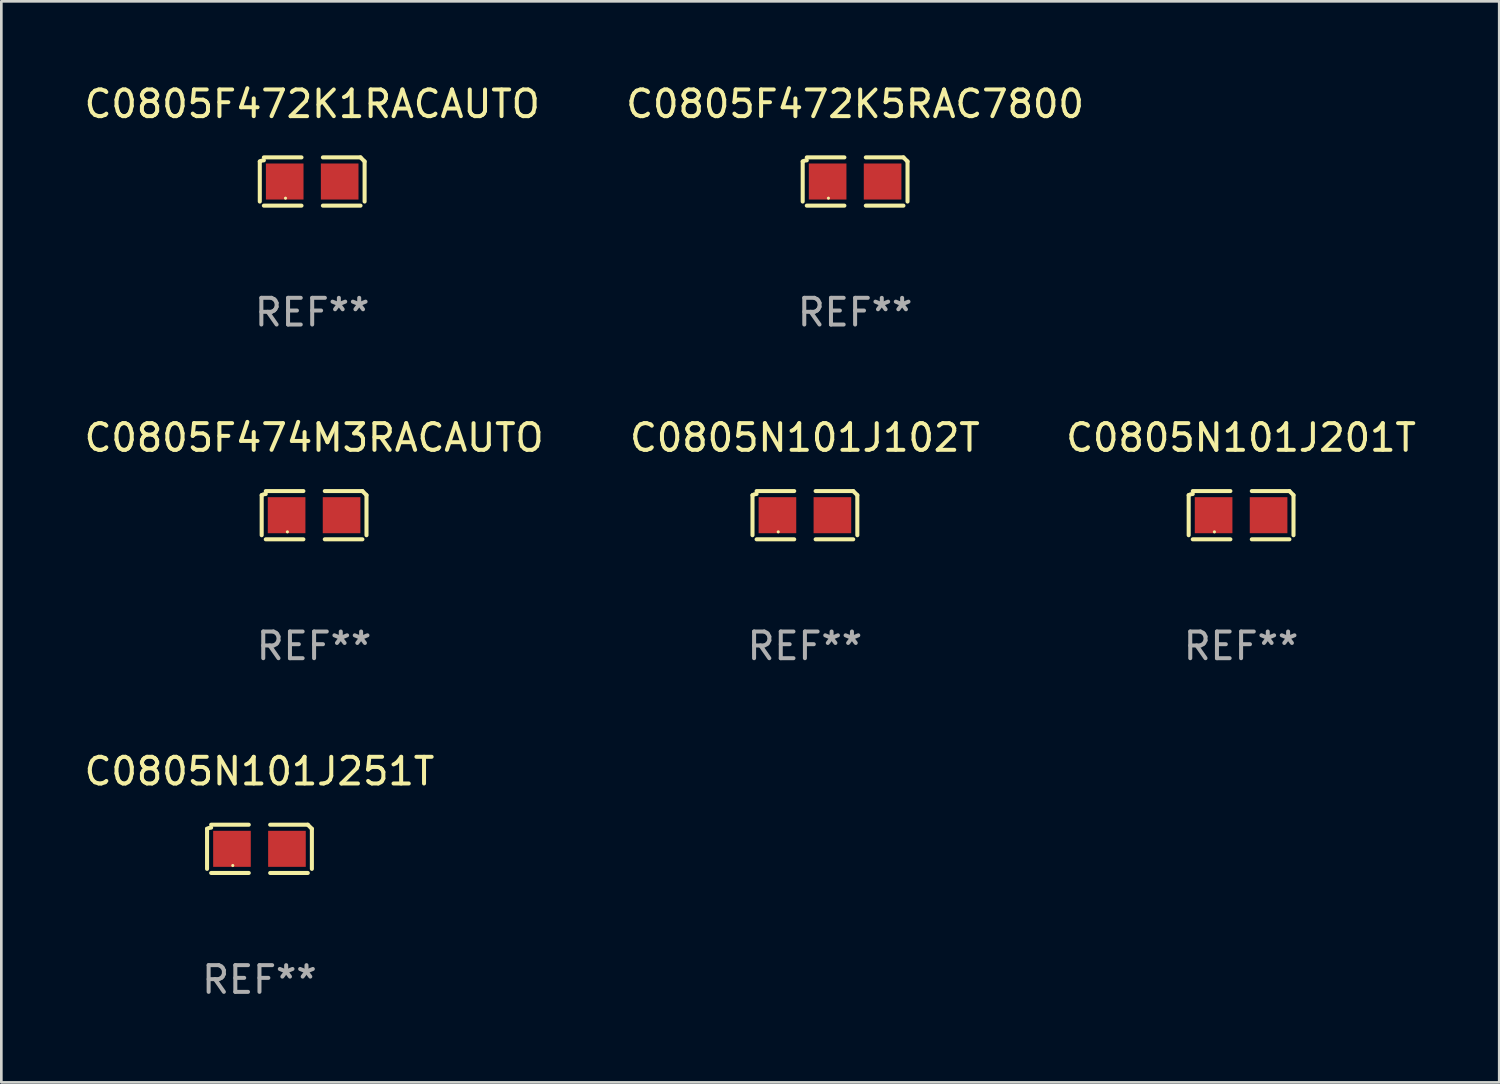
<source format=kicad_pcb>
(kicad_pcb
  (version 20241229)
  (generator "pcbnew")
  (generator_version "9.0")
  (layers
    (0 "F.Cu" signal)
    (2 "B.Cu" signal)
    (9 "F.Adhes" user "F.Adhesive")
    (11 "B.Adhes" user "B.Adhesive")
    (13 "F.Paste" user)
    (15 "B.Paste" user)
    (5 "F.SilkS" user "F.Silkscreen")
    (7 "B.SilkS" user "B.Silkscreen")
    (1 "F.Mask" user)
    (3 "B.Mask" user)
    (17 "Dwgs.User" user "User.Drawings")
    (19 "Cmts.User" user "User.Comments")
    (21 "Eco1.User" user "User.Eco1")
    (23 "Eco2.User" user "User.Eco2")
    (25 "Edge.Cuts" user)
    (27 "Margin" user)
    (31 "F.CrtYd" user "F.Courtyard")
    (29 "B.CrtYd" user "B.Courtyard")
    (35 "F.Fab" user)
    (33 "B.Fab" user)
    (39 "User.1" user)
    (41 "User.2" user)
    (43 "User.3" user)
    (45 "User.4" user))
  (footprint "C0805N101J251T"
    (layer "F.Cu")
    (at 6.673 28.759)
    (property "Reference" "C0805N101J251T" (at 0 -2.904 0) (layer "F.SilkS") (effects (font (size 1 1) (thickness 0.15))))
    (attr through_hole)
    (fp_line (start -1.964 0.751) (end -1.964 -0.751) (stroke (width 0.152) (type solid)) (layer "F.SilkS"))
    (fp_line (start -1.811 -0.904) (end -0.401 -0.904) (stroke (width 0.152) (type solid)) (layer "F.SilkS"))
    (fp_line (start -0.401 0.904) (end -1.811 0.904) (stroke (width 0.152) (type solid)) (layer "F.SilkS"))
    (fp_line (start 0.401 0.904) (end 1.811 0.904) (stroke (width 0.152) (type solid)) (layer "F.SilkS"))
    (fp_line (start 1.811 -0.904) (end 0.401 -0.904) (stroke (width 0.152) (type solid)) (layer "F.SilkS"))
    (fp_line (start 1.964 0.751) (end 1.964 -0.751) (stroke (width 0.152) (type solid)) (layer "F.SilkS"))
    (fp_arc (start -1.963602 -0.751207) (mid -1.890354 -0.783131) (end -1.811201 -0.794044) (stroke (width 0.1524) (type solid)) (layer "F.SilkS"))
    (fp_arc (start 1.811202 -0.903607) (mid 1.887413 -0.827418) (end 1.963602 -0.751207) (stroke (width 0.1524) (type solid)) (layer "F.SilkS"))
    (fp_circle (center -1 0.625) (end -0.97 0.625) (stroke (width 0.06) (type solid)) (fill no) (layer "F.SilkS"))
    (fp_text user "REF**" (at 0 4.904 0) (layer "F.Fab") (effects (font (size 1 1) (thickness 0.15))))
    (pad "1" smd rect (at -1.03 0) (size 1.41 1.35) (layers "F.Cu" "F.Mask" "F.Paste"))
    (pad "2" smd rect (at 1.03 0) (size 1.41 1.35) (layers "F.Cu" "F.Mask" "F.Paste")))
  (footprint "C0805F472K5RAC7800"
    (layer "F.Cu")
    (at 28.994 3.752)
    (property "Reference" "C0805F472K5RAC7800" (at 0 -2.904 0) (layer "F.SilkS") (effects (font (size 1 1) (thickness 0.15))))
    (attr through_hole)
    (fp_line (start -1.964 0.751) (end -1.964 -0.751) (stroke (width 0.152) (type solid)) (layer "F.SilkS"))
    (fp_line (start -1.811 -0.904) (end -0.401 -0.904) (stroke (width 0.152) (type solid)) (layer "F.SilkS"))
    (fp_line (start -0.401 0.904) (end -1.811 0.904) (stroke (width 0.152) (type solid)) (layer "F.SilkS"))
    (fp_line (start 0.401 0.904) (end 1.811 0.904) (stroke (width 0.152) (type solid)) (layer "F.SilkS"))
    (fp_line (start 1.811 -0.904) (end 0.401 -0.904) (stroke (width 0.152) (type solid)) (layer "F.SilkS"))
    (fp_line (start 1.964 0.751) (end 1.964 -0.751) (stroke (width 0.152) (type solid)) (layer "F.SilkS"))
    (fp_arc (start -1.963602 -0.751207) (mid -1.890354 -0.783131) (end -1.811201 -0.794044) (stroke (width 0.1524) (type solid)) (layer "F.SilkS"))
    (fp_arc (start 1.811202 -0.903607) (mid 1.887413 -0.827418) (end 1.963602 -0.751207) (stroke (width 0.1524) (type solid)) (layer "F.SilkS"))
    (fp_circle (center -1 0.625) (end -0.97 0.625) (stroke (width 0.06) (type solid)) (fill no) (layer "F.SilkS"))
    (fp_text user "REF**" (at 0 4.904 0) (layer "F.Fab") (effects (font (size 1 1) (thickness 0.15))))
    (pad "1" smd rect (at -1.03 0) (size 1.41 1.35) (layers "F.Cu" "F.Mask" "F.Paste"))
    (pad "2" smd rect (at 1.03 0) (size 1.41 1.35) (layers "F.Cu" "F.Mask" "F.Paste")))
  (footprint "C0805F474M3RACAUTO"
    (layer "F.Cu")
    (at 8.72 16.256)
    (property "Reference" "C0805F474M3RACAUTO" (at 0 -2.904 0) (layer "F.SilkS") (effects (font (size 1 1) (thickness 0.15))))
    (attr through_hole)
    (fp_line (start -1.964 0.751) (end -1.964 -0.751) (stroke (width 0.152) (type solid)) (layer "F.SilkS"))
    (fp_line (start -1.811 -0.904) (end -0.401 -0.904) (stroke (width 0.152) (type solid)) (layer "F.SilkS"))
    (fp_line (start -0.401 0.904) (end -1.811 0.904) (stroke (width 0.152) (type solid)) (layer "F.SilkS"))
    (fp_line (start 0.401 0.904) (end 1.811 0.904) (stroke (width 0.152) (type solid)) (layer "F.SilkS"))
    (fp_line (start 1.811 -0.904) (end 0.401 -0.904) (stroke (width 0.152) (type solid)) (layer "F.SilkS"))
    (fp_line (start 1.964 0.751) (end 1.964 -0.751) (stroke (width 0.152) (type solid)) (layer "F.SilkS"))
    (fp_arc (start -1.963602 -0.751207) (mid -1.890354 -0.783131) (end -1.811201 -0.794044) (stroke (width 0.1524) (type solid)) (layer "F.SilkS"))
    (fp_arc (start 1.811202 -0.903607) (mid 1.887413 -0.827418) (end 1.963602 -0.751207) (stroke (width 0.1524) (type solid)) (layer "F.SilkS"))
    (fp_circle (center -1 0.625) (end -0.97 0.625) (stroke (width 0.06) (type solid)) (fill no) (layer "F.SilkS"))
    (fp_text user "REF**" (at 0 4.904 0) (layer "F.Fab") (effects (font (size 1 1) (thickness 0.15))))
    (pad "1" smd rect (at -1.03 0) (size 1.41 1.35) (layers "F.Cu" "F.Mask" "F.Paste"))
    (pad "2" smd rect (at 1.03 0) (size 1.41 1.35) (layers "F.Cu" "F.Mask" "F.Paste")))
  (footprint "C0805N101J201T"
    (layer "F.Cu")
    (at 43.458 16.256)
    (property "Reference" "C0805N101J201T" (at 0 -2.904 0) (layer "F.SilkS") (effects (font (size 1 1) (thickness 0.15))))
    (attr through_hole)
    (fp_line (start -1.964 0.751) (end -1.964 -0.751) (stroke (width 0.152) (type solid)) (layer "F.SilkS"))
    (fp_line (start -1.811 -0.904) (end -0.401 -0.904) (stroke (width 0.152) (type solid)) (layer "F.SilkS"))
    (fp_line (start -0.401 0.904) (end -1.811 0.904) (stroke (width 0.152) (type solid)) (layer "F.SilkS"))
    (fp_line (start 0.401 0.904) (end 1.811 0.904) (stroke (width 0.152) (type solid)) (layer "F.SilkS"))
    (fp_line (start 1.811 -0.904) (end 0.401 -0.904) (stroke (width 0.152) (type solid)) (layer "F.SilkS"))
    (fp_line (start 1.964 0.751) (end 1.964 -0.751) (stroke (width 0.152) (type solid)) (layer "F.SilkS"))
    (fp_arc (start -1.963602 -0.751207) (mid -1.890354 -0.783131) (end -1.811201 -0.794044) (stroke (width 0.1524) (type solid)) (layer "F.SilkS"))
    (fp_arc (start 1.811202 -0.903607) (mid 1.887413 -0.827418) (end 1.963602 -0.751207) (stroke (width 0.1524) (type solid)) (layer "F.SilkS"))
    (fp_circle (center -1 0.625) (end -0.97 0.625) (stroke (width 0.06) (type solid)) (fill no) (layer "F.SilkS"))
    (fp_text user "REF**" (at 0 4.904 0) (layer "F.Fab") (effects (font (size 1 1) (thickness 0.15))))
    (pad "1" smd rect (at -1.03 0) (size 1.41 1.35) (layers "F.Cu" "F.Mask" "F.Paste"))
    (pad "2" smd rect (at 1.03 0) (size 1.41 1.35) (layers "F.Cu" "F.Mask" "F.Paste")))
  (footprint "C0805N101J102T"
    (layer "F.Cu")
    (at 27.113 16.256)
    (property "Reference" "C0805N101J102T" (at 0 -2.904 0) (layer "F.SilkS") (effects (font (size 1 1) (thickness 0.15))))
    (attr through_hole)
    (fp_line (start -1.964 0.751) (end -1.964 -0.751) (stroke (width 0.152) (type solid)) (layer "F.SilkS"))
    (fp_line (start -1.811 -0.904) (end -0.401 -0.904) (stroke (width 0.152) (type solid)) (layer "F.SilkS"))
    (fp_line (start -0.401 0.904) (end -1.811 0.904) (stroke (width 0.152) (type solid)) (layer "F.SilkS"))
    (fp_line (start 0.401 0.904) (end 1.811 0.904) (stroke (width 0.152) (type solid)) (layer "F.SilkS"))
    (fp_line (start 1.811 -0.904) (end 0.401 -0.904) (stroke (width 0.152) (type solid)) (layer "F.SilkS"))
    (fp_line (start 1.964 0.751) (end 1.964 -0.751) (stroke (width 0.152) (type solid)) (layer "F.SilkS"))
    (fp_arc (start -1.963602 -0.751207) (mid -1.890354 -0.783131) (end -1.811201 -0.794044) (stroke (width 0.1524) (type solid)) (layer "F.SilkS"))
    (fp_arc (start 1.811202 -0.903607) (mid 1.887413 -0.827418) (end 1.963602 -0.751207) (stroke (width 0.1524) (type solid)) (layer "F.SilkS"))
    (fp_circle (center -1 0.625) (end -0.97 0.625) (stroke (width 0.06) (type solid)) (fill no) (layer "F.SilkS"))
    (fp_text user "REF**" (at 0 4.904 0) (layer "F.Fab") (effects (font (size 1 1) (thickness 0.15))))
    (pad "1" smd rect (at -1.03 0) (size 1.41 1.35) (layers "F.Cu" "F.Mask" "F.Paste"))
    (pad "2" smd rect (at 1.03 0) (size 1.41 1.35) (layers "F.Cu" "F.Mask" "F.Paste")))
  (footprint "C0805F472K1RACAUTO"
    (layer "F.Cu")
    (at 8.649 3.752)
    (property "Reference" "C0805F472K1RACAUTO" (at 0 -2.904 0) (layer "F.SilkS") (effects (font (size 1 1) (thickness 0.15))))
    (attr through_hole)
    (fp_line (start -1.964 0.751) (end -1.964 -0.751) (stroke (width 0.152) (type solid)) (layer "F.SilkS"))
    (fp_line (start -1.811 -0.904) (end -0.401 -0.904) (stroke (width 0.152) (type solid)) (layer "F.SilkS"))
    (fp_line (start -0.401 0.904) (end -1.811 0.904) (stroke (width 0.152) (type solid)) (layer "F.SilkS"))
    (fp_line (start 0.401 0.904) (end 1.811 0.904) (stroke (width 0.152) (type solid)) (layer "F.SilkS"))
    (fp_line (start 1.811 -0.904) (end 0.401 -0.904) (stroke (width 0.152) (type solid)) (layer "F.SilkS"))
    (fp_line (start 1.964 0.751) (end 1.964 -0.751) (stroke (width 0.152) (type solid)) (layer "F.SilkS"))
    (fp_arc (start -1.963602 -0.751207) (mid -1.890354 -0.783131) (end -1.811201 -0.794044) (stroke (width 0.1524) (type solid)) (layer "F.SilkS"))
    (fp_arc (start 1.811202 -0.903607) (mid 1.887413 -0.827418) (end 1.963602 -0.751207) (stroke (width 0.1524) (type solid)) (layer "F.SilkS"))
    (fp_circle (center -1 0.625) (end -0.97 0.625) (stroke (width 0.06) (type solid)) (fill no) (layer "F.SilkS"))
    (fp_text user "REF**" (at 0 4.904 0) (layer "F.Fab") (effects (font (size 1 1) (thickness 0.15))))
    (pad "1" smd rect (at -1.03 0) (size 1.41 1.35) (layers "F.Cu" "F.Mask" "F.Paste"))
    (pad "2" smd rect (at 1.03 0) (size 1.41 1.35) (layers "F.Cu" "F.Mask" "F.Paste")))
  (gr_rect
    (start -3 -3)
    (end 53.131 37.511)
    (stroke (width 0.1) (type default))
    (fill no)
    (layer "Edge.Cuts")))
</source>
